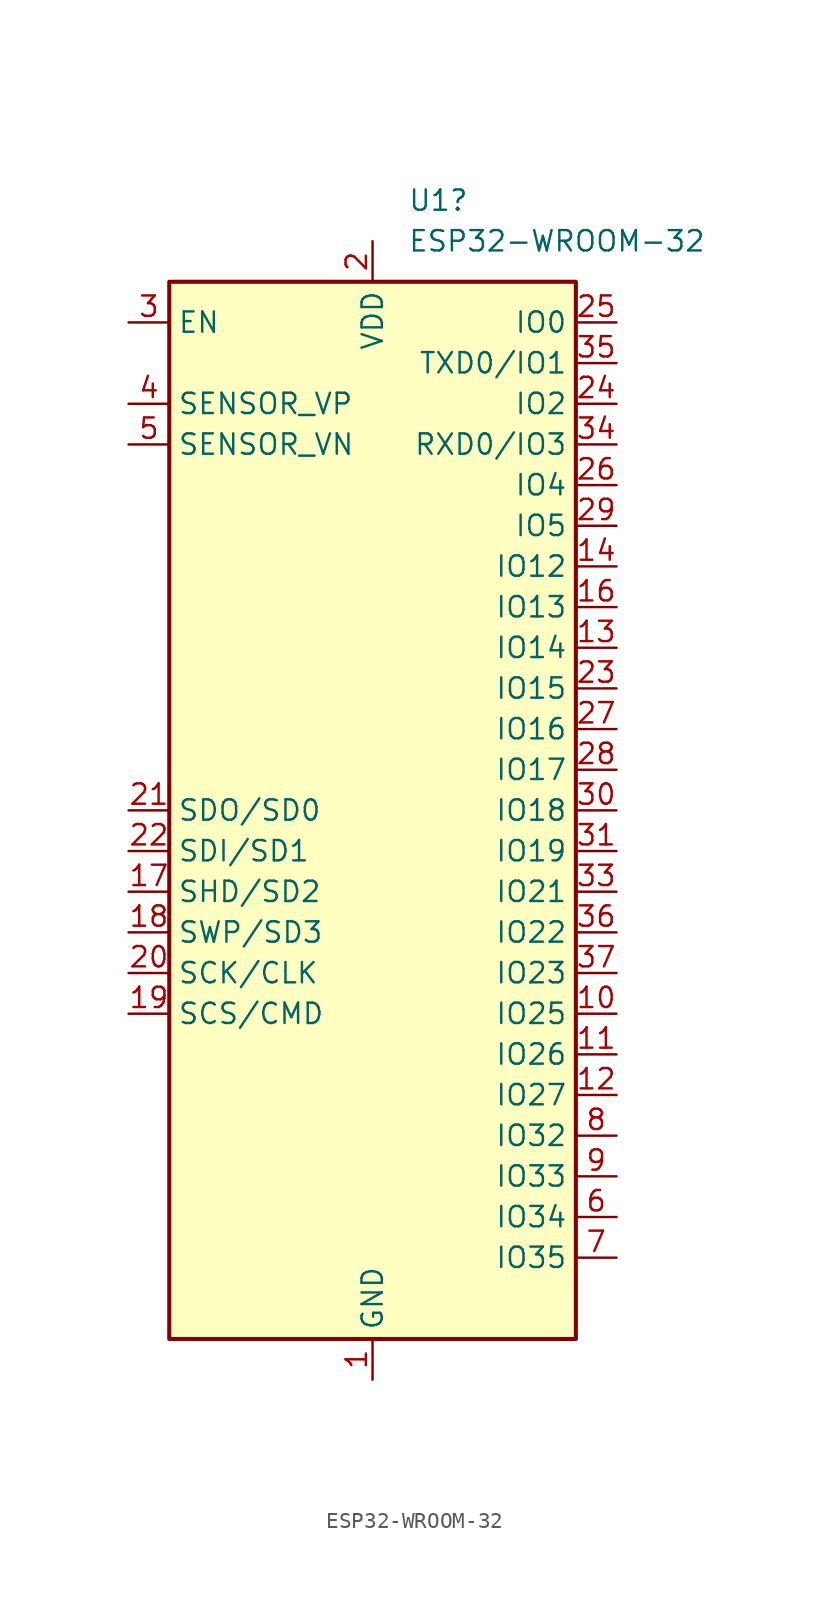
<source format=kicad_sym>
(kicad_symbol_lib
  (version 20231120)
  (generator "kicad_symbol_editor")
  (generator_version "8.0")
  (symbol "ESP32-WROOM-32"
    (property "Reference" "U1"
      (at 2.194 38.1 0)
      (effects (font (size 1.27 1.27)) (justify left)))
    (property "Value" "ESP32-WROOM-32"
      (at 2.194 35.56 0)
      (effects (font (size 1.27 1.27)) (justify left)))
    (symbol "ESP32-WROOM-32_0_1"
      (rectangle (start -12.7 33.02) (end 12.7 -33.02) (stroke (width 0.254) (type default)) (fill (type background))))
    (symbol "ESP32-WROOM-32_1_1"
      (pin power_in line (at 0 -35.56 90) (length 2.54) (name "GND" (effects (font (size 1.27 1.27)))) (number "1" (effects (font (size 1.27 1.27)))))
      (pin bidirectional line (at 15.24 -12.7 180) (length 2.54) (name "IO25" (effects (font (size 1.27 1.27)))) (number "10" (effects (font (size 1.27 1.27)))))
      (pin bidirectional line (at 15.24 -15.24 180) (length 2.54) (name "IO26" (effects (font (size 1.27 1.27)))) (number "11" (effects (font (size 1.27 1.27)))))
      (pin bidirectional line (at 15.24 -17.78 180) (length 2.54) (name "IO27" (effects (font (size 1.27 1.27)))) (number "12" (effects (font (size 1.27 1.27)))))
      (pin bidirectional line (at 15.24 10.16 180) (length 2.54) (name "IO14" (effects (font (size 1.27 1.27)))) (number "13" (effects (font (size 1.27 1.27)))))
      (pin bidirectional line (at 15.24 15.24 180) (length 2.54) (name "IO12" (effects (font (size 1.27 1.27)))) (number "14" (effects (font (size 1.27 1.27)))))
      (pin passive line (at 0 -35.56 90) (length 2.54) hide (name "GND" (effects (font (size 1.27 1.27)))) (number "15" (effects (font (size 1.27 1.27)))))
      (pin bidirectional line (at 15.24 12.7 180) (length 2.54) (name "IO13" (effects (font (size 1.27 1.27)))) (number "16" (effects (font (size 1.27 1.27)))))
      (pin bidirectional line (at -15.24 -5.08 0) (length 2.54) (name "SHD/SD2" (effects (font (size 1.27 1.27)))) (number "17" (effects (font (size 1.27 1.27)))))
      (pin bidirectional line (at -15.24 -7.62 0) (length 2.54) (name "SWP/SD3" (effects (font (size 1.27 1.27)))) (number "18" (effects (font (size 1.27 1.27)))))
      (pin bidirectional line (at -15.24 -12.7 0) (length 2.54) (name "SCS/CMD" (effects (font (size 1.27 1.27)))) (number "19" (effects (font (size 1.27 1.27)))))
      (pin power_in line (at 0 35.56 270) (length 2.54) (name "VDD" (effects (font (size 1.27 1.27)))) (number "2" (effects (font (size 1.27 1.27)))))
      (pin bidirectional line (at -15.24 -10.16 0) (length 2.54) (name "SCK/CLK" (effects (font (size 1.27 1.27)))) (number "20" (effects (font (size 1.27 1.27)))))
      (pin bidirectional line (at -15.24 0 0) (length 2.54) (name "SDO/SD0" (effects (font (size 1.27 1.27)))) (number "21" (effects (font (size 1.27 1.27)))))
      (pin bidirectional line (at -15.24 -2.54 0) (length 2.54) (name "SDI/SD1" (effects (font (size 1.27 1.27)))) (number "22" (effects (font (size 1.27 1.27)))))
      (pin bidirectional line (at 15.24 7.62 180) (length 2.54) (name "IO15" (effects (font (size 1.27 1.27)))) (number "23" (effects (font (size 1.27 1.27)))))
      (pin bidirectional line (at 15.24 25.4 180) (length 2.54) (name "IO2" (effects (font (size 1.27 1.27)))) (number "24" (effects (font (size 1.27 1.27)))))
      (pin bidirectional line (at 15.24 30.48 180) (length 2.54) (name "IO0" (effects (font (size 1.27 1.27)))) (number "25" (effects (font (size 1.27 1.27)))))
      (pin bidirectional line (at 15.24 20.32 180) (length 2.54) (name "IO4" (effects (font (size 1.27 1.27)))) (number "26" (effects (font (size 1.27 1.27)))))
      (pin bidirectional line (at 15.24 5.08 180) (length 2.54) (name "IO16" (effects (font (size 1.27 1.27)))) (number "27" (effects (font (size 1.27 1.27)))))
      (pin bidirectional line (at 15.24 2.54 180) (length 2.54) (name "IO17" (effects (font (size 1.27 1.27)))) (number "28" (effects (font (size 1.27 1.27)))))
      (pin bidirectional line (at 15.24 17.78 180) (length 2.54) (name "IO5" (effects (font (size 1.27 1.27)))) (number "29" (effects (font (size 1.27 1.27)))))
      (pin input line (at -15.24 30.48 0) (length 2.54) (name "EN" (effects (font (size 1.27 1.27)))) (number "3" (effects (font (size 1.27 1.27)))))
      (pin bidirectional line (at 15.24 0 180) (length 2.54) (name "IO18" (effects (font (size 1.27 1.27)))) (number "30" (effects (font (size 1.27 1.27)))))
      (pin bidirectional line (at 15.24 -2.54 180) (length 2.54) (name "IO19" (effects (font (size 1.27 1.27)))) (number "31" (effects (font (size 1.27 1.27)))))
      (pin no_connect line (at -12.7 -27.94 0) (length 2.54) hide (name "NC" (effects (font (size 1.27 1.27)))) (number "32" (effects (font (size 1.27 1.27)))))
      (pin bidirectional line (at 15.24 -5.08 180) (length 2.54) (name "IO21" (effects (font (size 1.27 1.27)))) (number "33" (effects (font (size 1.27 1.27)))))
      (pin bidirectional line (at 15.24 22.86 180) (length 2.54) (name "RXD0/IO3" (effects (font (size 1.27 1.27)))) (number "34" (effects (font (size 1.27 1.27)))))
      (pin bidirectional line (at 15.24 27.94 180) (length 2.54) (name "TXD0/IO1" (effects (font (size 1.27 1.27)))) (number "35" (effects (font (size 1.27 1.27)))))
      (pin bidirectional line (at 15.24 -7.62 180) (length 2.54) (name "IO22" (effects (font (size 1.27 1.27)))) (number "36" (effects (font (size 1.27 1.27)))))
      (pin bidirectional line (at 15.24 -10.16 180) (length 2.54) (name "IO23" (effects (font (size 1.27 1.27)))) (number "37" (effects (font (size 1.27 1.27)))))
      (pin passive line (at 0 -35.56 90) (length 2.54) hide (name "GND" (effects (font (size 1.27 1.27)))) (number "38" (effects (font (size 1.27 1.27)))))
      (pin passive line (at 0 -35.56 90) (length 2.54) hide (name "GND" (effects (font (size 1.27 1.27)))) (number "39" (effects (font (size 1.27 1.27)))))
      (pin input line (at -15.24 25.4 0) (length 2.54) (name "SENSOR_VP" (effects (font (size 1.27 1.27)))) (number "4" (effects (font (size 1.27 1.27)))))
      (pin input line (at -15.24 22.86 0) (length 2.54) (name "SENSOR_VN" (effects (font (size 1.27 1.27)))) (number "5" (effects (font (size 1.27 1.27)))))
      (pin input line (at 15.24 -25.4 180) (length 2.54) (name "IO34" (effects (font (size 1.27 1.27)))) (number "6" (effects (font (size 1.27 1.27)))))
      (pin input line (at 15.24 -27.94 180) (length 2.54) (name "IO35" (effects (font (size 1.27 1.27)))) (number "7" (effects (font (size 1.27 1.27)))))
      (pin bidirectional line (at 15.24 -20.32 180) (length 2.54) (name "IO32" (effects (font (size 1.27 1.27)))) (number "8" (effects (font (size 1.27 1.27)))))
      (pin bidirectional line (at 15.24 -22.86 180) (length 2.54) (name "IO33" (effects (font (size 1.27 1.27)))) (number "9" (effects (font (size 1.27 1.27))))))))
</source>
